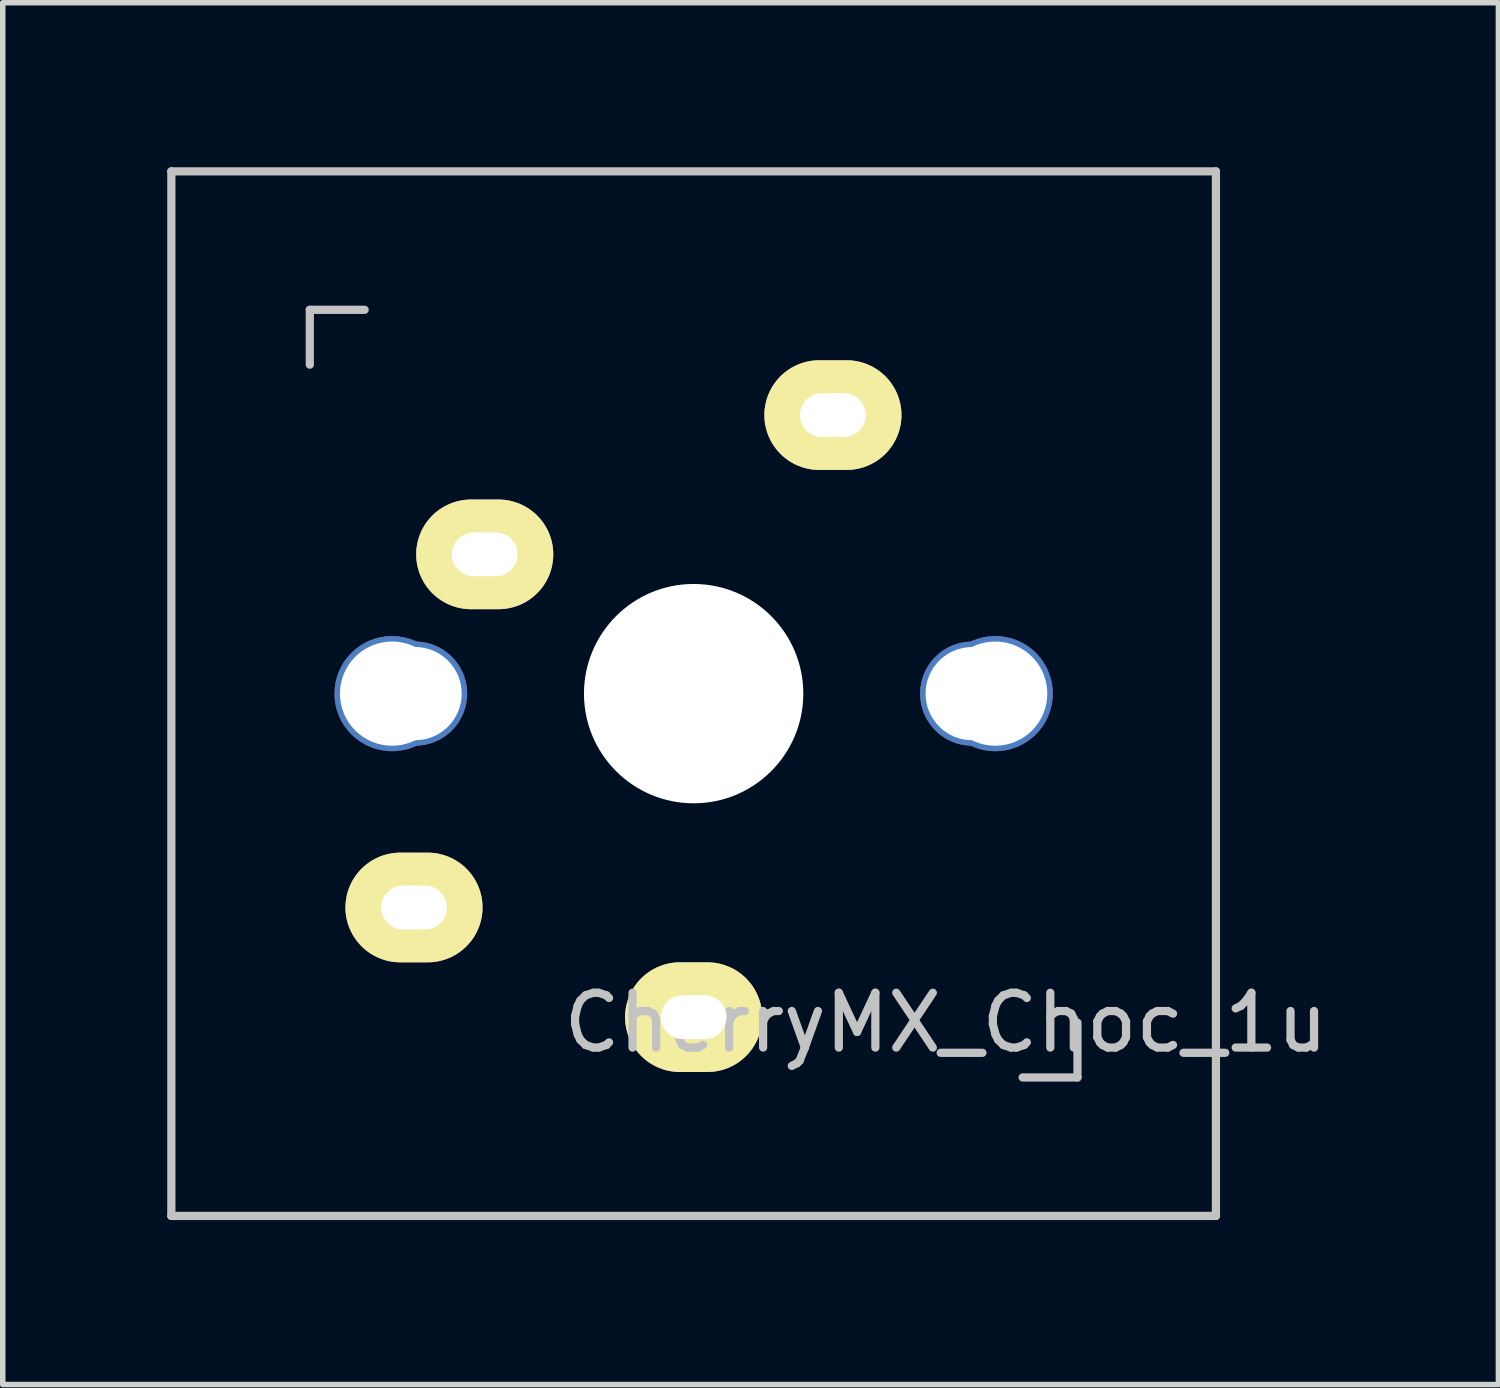
<source format=kicad_pcb>
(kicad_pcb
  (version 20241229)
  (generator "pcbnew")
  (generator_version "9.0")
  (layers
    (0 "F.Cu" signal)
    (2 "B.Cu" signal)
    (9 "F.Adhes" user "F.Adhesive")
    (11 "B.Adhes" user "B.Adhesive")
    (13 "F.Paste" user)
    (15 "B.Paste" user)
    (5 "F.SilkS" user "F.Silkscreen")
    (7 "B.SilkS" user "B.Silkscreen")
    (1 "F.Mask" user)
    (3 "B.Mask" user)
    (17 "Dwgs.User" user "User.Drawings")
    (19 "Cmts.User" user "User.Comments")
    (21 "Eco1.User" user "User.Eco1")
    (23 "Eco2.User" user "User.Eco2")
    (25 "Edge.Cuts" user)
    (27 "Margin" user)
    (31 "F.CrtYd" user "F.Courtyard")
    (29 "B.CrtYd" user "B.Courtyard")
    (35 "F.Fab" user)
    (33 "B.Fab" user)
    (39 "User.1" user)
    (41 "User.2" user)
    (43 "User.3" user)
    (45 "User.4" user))
  (footprint "CherryMX_Choc_1u"
    (layer "F.Cu")
    (at 9.6 9.6)
    (property "Reference" "CherryMX_Choc_1u" (at 4.6 6 180) (layer "Dwgs.User") (effects (font (size 1 1) (thickness 0.15))))
    (attr through_hole)
    (fp_line (start -9.525 -9.525) (end 9.525 -9.525) (stroke (width 0.15) (type solid)) (layer "Dwgs.User"))
    (fp_line (start -9.525 9.525) (end -9.525 -9.525) (stroke (width 0.15) (type solid)) (layer "Dwgs.User"))
    (fp_line (start -7 -7) (end -6 -7) (stroke (width 0.15) (type solid)) (layer "Dwgs.User"))
    (fp_line (start -7 -6) (end -7 -7) (stroke (width 0.15) (type solid)) (layer "Dwgs.User"))
    (fp_line (start 6 7) (end 7 7) (stroke (width 0.15) (type solid)) (layer "Dwgs.User"))
    (fp_line (start 7 7) (end 7 6) (stroke (width 0.15) (type solid)) (layer "Dwgs.User"))
    (fp_line (start 9.525 -9.525) (end 9.525 9.525) (stroke (width 0.15) (type solid)) (layer "Dwgs.User"))
    (fp_line (start 9.525 9.525) (end -9.525 9.525) (stroke (width 0.15) (type solid)) (layer "Dwgs.User"))
    (pad "" np_thru_hole circle (at -5.5 0 90) (size 2.1 2.1) (drill 1.9) (layers "*.Cu" "*.Mask"))
    (pad "" np_thru_hole circle (at -5.08 0) (size 1.9 1.9) (drill 1.7) (layers "*.Cu" "*.Mask"))
    (pad "" np_thru_hole circle (at 0 0 90) (size 4 4) (drill 4) (layers "*.Cu" "*.Mask"))
    (pad "" np_thru_hole circle (at 5.08 0) (size 1.9 1.9) (drill 1.7) (layers "*.Cu" "*.Mask"))
    (pad "" np_thru_hole circle (at 5.5 0 90) (size 2.1 2.1) (drill 1.9) (layers "*.Cu" "*.Mask"))
    (pad "1" thru_hole oval (at -5.1 3.9) (size 2.5 2) (drill oval 1.2 0.8) (layers "*.Cu" "B.Mask" "F.SilkS"))
    (pad "1" thru_hole oval (at -3.81 -2.54) (size 2.5 2) (drill oval 1.2 0.8) (layers "*.Cu" "B.Mask" "F.SilkS"))
    (pad "2" thru_hole oval (at 0 5.9) (size 2.5 2) (drill oval 1.2 0.8) (layers "*.Cu" "B.Mask" "F.SilkS"))
    (pad "2" thru_hole oval (at 2.54 -5.08) (size 2.5 2) (drill oval 1.2 0.8) (layers "*.Cu" "B.Mask" "F.SilkS")))
  (gr_rect
    (start -3 -3)
    (end 24.277 22.2)
    (stroke (width 0.1) (type default))
    (fill no)
    (layer "Edge.Cuts")))
</source>
